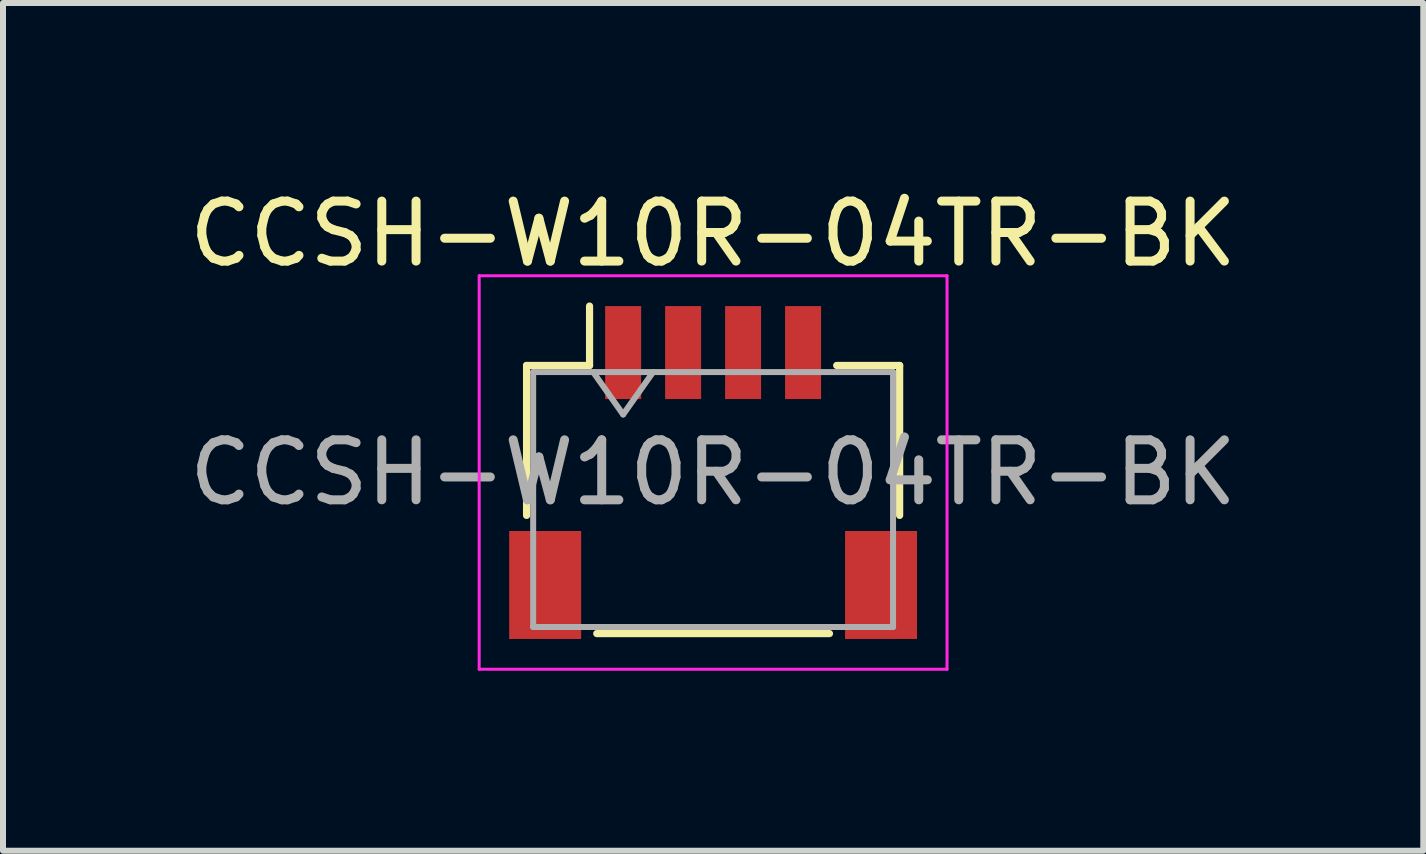
<source format=kicad_pcb>
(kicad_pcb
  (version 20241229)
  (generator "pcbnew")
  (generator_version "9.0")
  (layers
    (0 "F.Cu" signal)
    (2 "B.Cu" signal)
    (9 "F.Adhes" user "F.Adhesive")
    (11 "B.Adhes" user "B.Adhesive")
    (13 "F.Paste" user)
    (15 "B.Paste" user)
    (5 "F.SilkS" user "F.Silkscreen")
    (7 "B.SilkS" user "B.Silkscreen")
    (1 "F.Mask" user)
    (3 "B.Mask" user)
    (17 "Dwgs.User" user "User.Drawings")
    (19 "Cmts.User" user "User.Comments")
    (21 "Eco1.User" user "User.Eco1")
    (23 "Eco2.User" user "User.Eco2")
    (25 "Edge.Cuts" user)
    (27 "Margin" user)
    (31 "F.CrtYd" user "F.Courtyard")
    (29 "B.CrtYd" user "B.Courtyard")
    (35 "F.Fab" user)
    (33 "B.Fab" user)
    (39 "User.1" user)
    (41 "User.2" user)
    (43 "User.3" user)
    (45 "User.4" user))
  (footprint "CCSH-W10R-04TR-BK"
    (layer "F.Cu")
    (at 8.839 4.828)
    (property "Reference" "CCSH-W10R-04TR-BK" (at 0 -3.98 0) (layer "F.SilkS") (effects (font (size 1 1) (thickness 0.15))))
    (attr smd)
    (fp_line (start -3.11 -1.785) (end -2.06 -1.785) (stroke (width 0.12) (type solid)) (layer "F.SilkS"))
    (fp_line (start -3.11 0.715) (end -3.11 -1.785) (stroke (width 0.12) (type solid)) (layer "F.SilkS"))
    (fp_line (start -2.06 -1.785) (end -2.06 -2.775) (stroke (width 0.12) (type solid)) (layer "F.SilkS"))
    (fp_line (start -1.94 2.685) (end 1.94 2.685) (stroke (width 0.12) (type solid)) (layer "F.SilkS"))
    (fp_line (start 3.11 -1.785) (end 2.06 -1.785) (stroke (width 0.12) (type solid)) (layer "F.SilkS"))
    (fp_line (start 3.11 0.715) (end 3.11 -1.785) (stroke (width 0.12) (type solid)) (layer "F.SilkS"))
    (fp_line (start -3.9 -3.28) (end -3.9 3.28) (stroke (width 0.05) (type solid)) (layer "F.CrtYd"))
    (fp_line (start -3.9 3.28) (end 3.9 3.28) (stroke (width 0.05) (type solid)) (layer "F.CrtYd"))
    (fp_line (start 3.9 -3.28) (end -3.9 -3.28) (stroke (width 0.05) (type solid)) (layer "F.CrtYd"))
    (fp_line (start 3.9 3.28) (end 3.9 -3.28) (stroke (width 0.05) (type solid)) (layer "F.CrtYd"))
    (fp_line (start -3 -1.675) (end -3 2.575) (stroke (width 0.1) (type solid)) (layer "F.Fab"))
    (fp_line (start -3 -1.675) (end 3 -1.675) (stroke (width 0.1) (type solid)) (layer "F.Fab"))
    (fp_line (start -3 2.575) (end 3 2.575) (stroke (width 0.1) (type solid)) (layer "F.Fab"))
    (fp_line (start -2 -1.675) (end -1.5 -0.968) (stroke (width 0.1) (type solid)) (layer "F.Fab"))
    (fp_line (start -1.5 -0.968) (end -1 -1.675) (stroke (width 0.1) (type solid)) (layer "F.Fab"))
    (fp_line (start 3 -1.675) (end 3 2.575) (stroke (width 0.1) (type solid)) (layer "F.Fab"))
    (fp_text user "${REFERENCE}" (at 0 0 0) (layer "F.Fab") (effects (font (size 1 1) (thickness 0.15))))
    (pad "1" smd rect (at -1.5 -2) (size 0.6 1.55) (layers "F.Cu" "F.Mask" "F.Paste"))
    (pad "2" smd rect (at -0.5 -2) (size 0.6 1.55) (layers "F.Cu" "F.Mask" "F.Paste"))
    (pad "3" smd rect (at 0.5 -2) (size 0.6 1.55) (layers "F.Cu" "F.Mask" "F.Paste"))
    (pad "4" smd rect (at 1.5 -2) (size 0.6 1.55) (layers "F.Cu" "F.Mask" "F.Paste"))
    (pad "MP" smd rect (at -2.8 1.875) (size 1.2 1.8) (layers "F.Cu" "F.Mask" "F.Paste"))
    (pad "MP" smd rect (at 2.8 1.875) (size 1.2 1.8) (layers "F.Cu" "F.Mask" "F.Paste")))
  (gr_rect
    (start -3 -3)
    (end 20.679 11.133)
    (stroke (width 0.1) (type default))
    (fill no)
    (layer "Edge.Cuts")))
</source>
